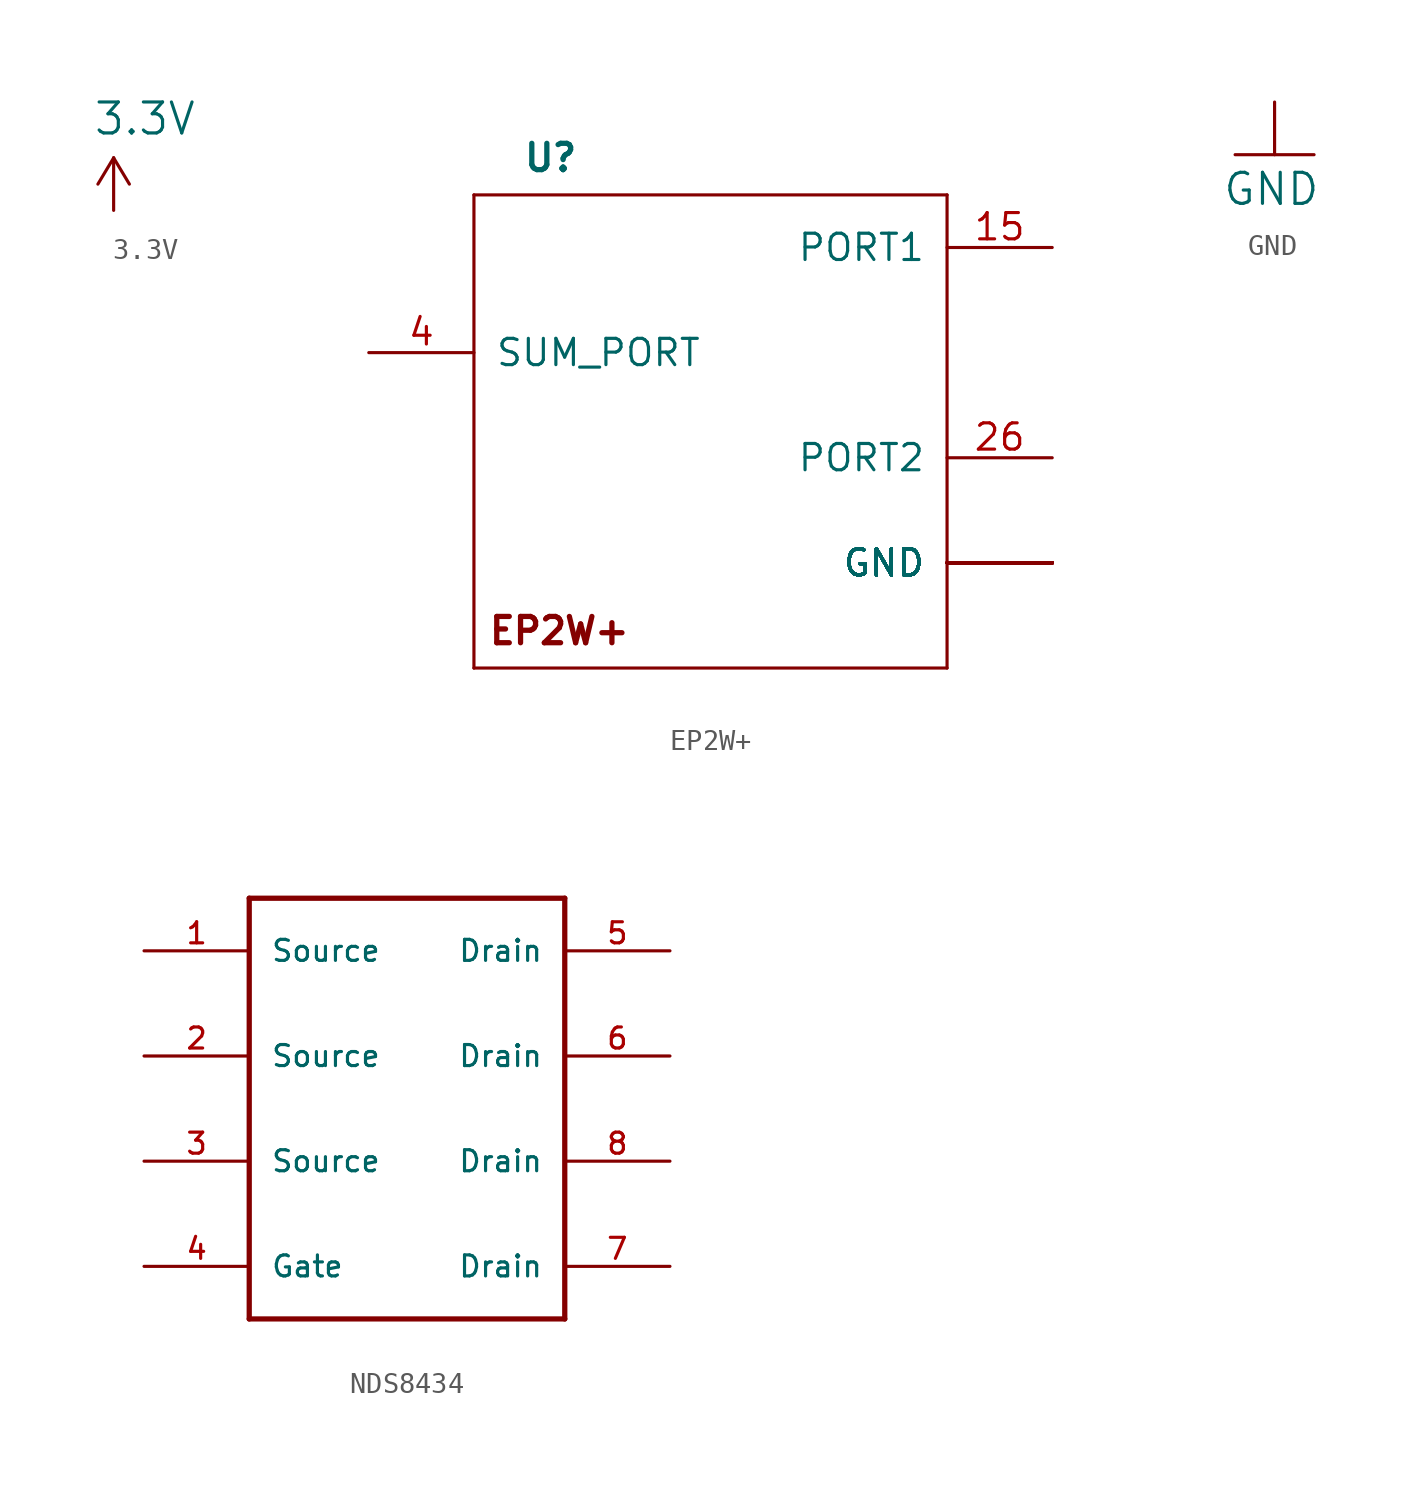
<source format=kicad_sym>
(kicad_symbol_lib
  (version 20220914)
  (generator kicad_symbol_editor)
  (symbol "3.3V"
    (power)
    (pin_names
      (offset 1.016))
    (property "Reference" "#P+"
      (at 0 0 0)
      (effects (font (size 1.27 1.27)) hide))
    (property "Value" "3.3V"
      (at -1.016 3.556 0)
      (effects (font (size 1.499 1.499)) (justify left bottom)))
    (property "ki_locked" ""
      (at 0 0 0)
      (effects (font (size 1.27 1.27))))
    (symbol "3.3V_1_0"
      (polyline (pts (xy 0 2.54) (xy -0.762 1.27)) (stroke (width 0) (type solid)) (fill (type none)))
      (polyline (pts (xy 0.762 1.27) (xy 0 2.54)) (stroke (width 0) (type solid)) (fill (type none)))
      (pin power_in line (at 0 0 90) (length 2.54) (name "3.3V" (effects (font (size 0 0)))) (number "1" (effects (font (size 0 0)))))))
  (symbol "EP2W+"
    (pin_names
      (offset 1.016))
    (property "Reference" "U"
      (at -7.62 10.16 0)
      (effects (font (size 1.27 1.27) bold) (justify right top)))
    (property "ki_locked" ""
      (at 0 0 0)
      (effects (font (size 1.27 1.27))))
    (symbol "EP2W+_1_0"
      (polyline (pts (xy -12.7 -15.24) (xy -12.7 7.62)) (stroke (width 0) (type solid)) (fill (type none)))
      (polyline (pts (xy -12.7 7.62) (xy 10.16 7.62)) (stroke (width 0) (type solid)) (fill (type none)))
      (polyline (pts (xy 10.16 -15.24) (xy -12.7 -15.24)) (stroke (width 0) (type solid)) (fill (type none)))
      (polyline (pts (xy 10.16 7.62) (xy 10.16 -15.24)) (stroke (width 0) (type solid)) (fill (type none)))
      (text "EP2W+" (at -5.08 -12.7 0) (effects (font (size 1.27 1.27) bold) (justify right top)))
      (pin bidirectional line (at 15.24 -10.16 180) (length 5.08) (name "GND" (effects (font (size 1.27 1.27)))) (number "1" (effects (font (size 0 0)))))
      (pin bidirectional line (at 15.24 -10.16 180) (length 5.08) (name "GND" (effects (font (size 1.27 1.27)))) (number "10" (effects (font (size 0 0)))))
      (pin bidirectional line (at 15.24 -10.16 180) (length 5.08) (name "GND" (effects (font (size 1.27 1.27)))) (number "11" (effects (font (size 0 0)))))
      (pin bidirectional line (at 15.24 -10.16 180) (length 5.08) (name "GND" (effects (font (size 1.27 1.27)))) (number "12" (effects (font (size 0 0)))))
      (pin bidirectional line (at 15.24 -10.16 180) (length 5.08) (name "GND" (effects (font (size 1.27 1.27)))) (number "13" (effects (font (size 0 0)))))
      (pin bidirectional line (at 15.24 -10.16 180) (length 5.08) (name "GND" (effects (font (size 1.27 1.27)))) (number "14" (effects (font (size 0 0)))))
      (pin bidirectional line (at 15.24 5.08 180) (length 5.08) (name "PORT1" (effects (font (size 1.27 1.27)))) (number "15" (effects (font (size 1.27 1.27)))))
      (pin bidirectional line (at 15.24 -10.16 180) (length 5.08) (name "GND" (effects (font (size 1.27 1.27)))) (number "16" (effects (font (size 0 0)))))
      (pin bidirectional line (at 15.24 -10.16 180) (length 5.08) (name "GND" (effects (font (size 1.27 1.27)))) (number "17" (effects (font (size 0 0)))))
      (pin bidirectional line (at 15.24 -10.16 180) (length 5.08) (name "GND" (effects (font (size 1.27 1.27)))) (number "18" (effects (font (size 0 0)))))
      (pin bidirectional line (at 15.24 -10.16 180) (length 5.08) (name "GND" (effects (font (size 1.27 1.27)))) (number "19" (effects (font (size 0 0)))))
      (pin bidirectional line (at 15.24 -10.16 180) (length 5.08) (name "GND" (effects (font (size 1.27 1.27)))) (number "2" (effects (font (size 0 0)))))
      (pin bidirectional line (at 15.24 -10.16 180) (length 5.08) (name "GND" (effects (font (size 1.27 1.27)))) (number "20" (effects (font (size 0 0)))))
      (pin bidirectional line (at 15.24 -10.16 180) (length 5.08) (name "GND" (effects (font (size 1.27 1.27)))) (number "21" (effects (font (size 0 0)))))
      (pin bidirectional line (at 15.24 -10.16 180) (length 5.08) (name "GND" (effects (font (size 1.27 1.27)))) (number "22" (effects (font (size 0 0)))))
      (pin bidirectional line (at 15.24 -10.16 180) (length 5.08) (name "GND" (effects (font (size 1.27 1.27)))) (number "23" (effects (font (size 0 0)))))
      (pin bidirectional line (at 15.24 -10.16 180) (length 5.08) (name "GND" (effects (font (size 1.27 1.27)))) (number "24" (effects (font (size 0 0)))))
      (pin bidirectional line (at 15.24 -10.16 180) (length 5.08) (name "GND" (effects (font (size 1.27 1.27)))) (number "25" (effects (font (size 0 0)))))
      (pin bidirectional line (at 15.24 -5.08 180) (length 5.08) (name "PORT2" (effects (font (size 1.27 1.27)))) (number "26" (effects (font (size 1.27 1.27)))))
      (pin bidirectional line (at 15.24 -10.16 180) (length 5.08) (name "GND" (effects (font (size 1.27 1.27)))) (number "27" (effects (font (size 0 0)))))
      (pin bidirectional line (at 15.24 -10.16 180) (length 5.08) (name "GND" (effects (font (size 1.27 1.27)))) (number "28" (effects (font (size 0 0)))))
      (pin bidirectional line (at 15.24 -10.16 180) (length 5.08) (name "GND" (effects (font (size 1.27 1.27)))) (number "29" (effects (font (size 0 0)))))
      (pin bidirectional line (at 15.24 -10.16 180) (length 5.08) (name "GND" (effects (font (size 1.27 1.27)))) (number "3" (effects (font (size 0 0)))))
      (pin bidirectional line (at 15.24 -10.16 180) (length 5.08) (name "GND" (effects (font (size 1.27 1.27)))) (number "30" (effects (font (size 0 0)))))
      (pin bidirectional line (at 15.24 -10.16 180) (length 5.08) (name "GND" (effects (font (size 1.27 1.27)))) (number "31" (effects (font (size 0 0)))))
      (pin bidirectional line (at 15.24 -10.16 180) (length 5.08) (name "GND" (effects (font (size 1.27 1.27)))) (number "32" (effects (font (size 0 0)))))
      (pin bidirectional line (at -17.78 0 0) (length 5.08) (name "SUM_PORT" (effects (font (size 1.27 1.27)))) (number "4" (effects (font (size 1.27 1.27)))))
      (pin bidirectional line (at 15.24 -10.16 180) (length 5.08) (name "GND" (effects (font (size 1.27 1.27)))) (number "5" (effects (font (size 0 0)))))
      (pin bidirectional line (at 15.24 -10.16 180) (length 5.08) (name "GND" (effects (font (size 1.27 1.27)))) (number "6" (effects (font (size 0 0)))))
      (pin bidirectional line (at 15.24 -10.16 180) (length 5.08) (name "GND" (effects (font (size 1.27 1.27)))) (number "7" (effects (font (size 0 0)))))
      (pin bidirectional line (at 15.24 -10.16 180) (length 5.08) (name "GND" (effects (font (size 1.27 1.27)))) (number "8" (effects (font (size 0 0)))))
      (pin bidirectional line (at 15.24 -10.16 180) (length 5.08) (name "GND" (effects (font (size 1.27 1.27)))) (number "9" (effects (font (size 0 0)))))
      (pin bidirectional line (at 15.24 -10.16 180) (length 5.08) (name "GND" (effects (font (size 1.27 1.27)))) (number "EP" (effects (font (size 0 0)))))))
  (symbol "GND"
    (power)
    (pin_names
      (offset 1.016))
    (property "Reference" "#GND"
      (at 0 0 0)
      (effects (font (size 1.27 1.27)) hide))
    (property "Value" "GND"
      (at -2.54 -2.54 0)
      (effects (font (size 1.499 1.499)) (justify left bottom)))
    (property "ki_locked" ""
      (at 0 0 0)
      (effects (font (size 1.27 1.27))))
    (symbol "GND_1_0"
      (polyline (pts (xy -1.905 0) (xy 1.905 0)) (stroke (width 0) (type solid)) (fill (type none)))
      (pin power_in line (at 0 2.54 270) (length 2.54) (name "GND" (effects (font (size 0 0)))) (number "1" (effects (font (size 0 0)))))))
  (symbol "NDS8434"
    (pin_names
      (offset 1.016))
    (property "Reference" "U"
      (at 0 0 0)
      (effects (font (size 1.27 1.27)) (justify left bottom) hide))
    (symbol "NDS8434_0_0"
      (polyline (pts (xy -7.62 -10.16) (xy -7.62 10.16)) (stroke (width 0.254) (type solid)) (fill (type none)))
      (polyline (pts (xy -7.62 10.16) (xy 7.62 10.16)) (stroke (width 0.254) (type solid)) (fill (type none)))
      (polyline (pts (xy 7.62 -10.16) (xy -7.62 -10.16)) (stroke (width 0.254) (type solid)) (fill (type none)))
      (polyline (pts (xy 7.62 10.16) (xy 7.62 -10.16)) (stroke (width 0.254) (type solid)) (fill (type none)))
      (pin bidirectional line (at -12.7 7.62 0) (length 5.08) (name "Source" (effects (font (size 1.016 1.016)))) (number "1" (effects (font (size 1.016 1.016)))))
      (pin bidirectional line (at -12.7 2.54 0) (length 5.08) (name "Source" (effects (font (size 1.016 1.016)))) (number "2" (effects (font (size 1.016 1.016)))))
      (pin bidirectional line (at -12.7 -2.54 0) (length 5.08) (name "Source" (effects (font (size 1.016 1.016)))) (number "3" (effects (font (size 1.016 1.016)))))
      (pin bidirectional line (at -12.7 -7.62 0) (length 5.08) (name "Gate" (effects (font (size 1.016 1.016)))) (number "4" (effects (font (size 1.016 1.016)))))
      (pin bidirectional line (at 12.7 7.62 180) (length 5.08) (name "Drain" (effects (font (size 1.016 1.016)))) (number "5" (effects (font (size 1.016 1.016)))))
      (pin bidirectional line (at 12.7 2.54 180) (length 5.08) (name "Drain" (effects (font (size 1.016 1.016)))) (number "6" (effects (font (size 1.016 1.016)))))
      (pin bidirectional line (at 12.7 -7.62 180) (length 5.08) (name "Drain" (effects (font (size 1.016 1.016)))) (number "7" (effects (font (size 1.016 1.016)))))
      (pin bidirectional line (at 12.7 -2.54 180) (length 5.08) (name "Drain" (effects (font (size 1.016 1.016)))) (number "8" (effects (font (size 1.016 1.016))))))))
</source>
